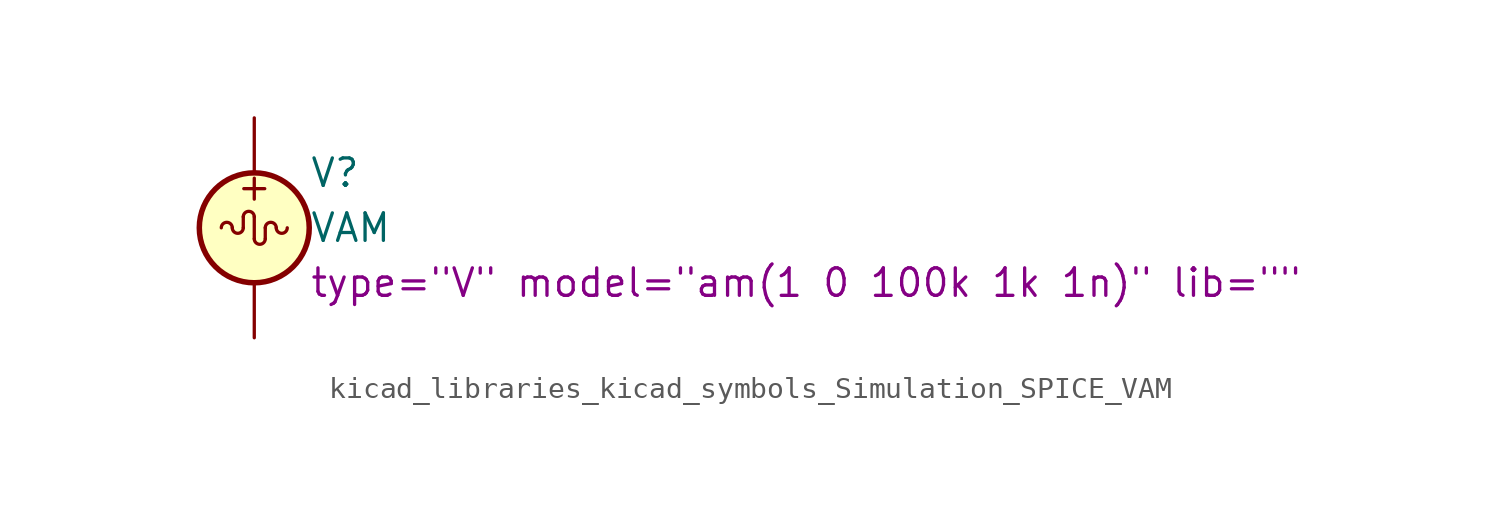
<source format=kicad_sym>
(kicad_symbol_lib
  (version 20220914)
  (generator kicad_symbol_editor)
  (symbol "kicad_libraries_kicad_symbols_Simulation_SPICE_VAM"
    (pin_numbers hide)
    (pin_names
      (offset 0.025))
    (property "Reference" "V"
      (at 2.54 2.54 0)
      (effects (font (size 1.27 1.27)) (justify left)))
    (property "Value" "VAM"
      (at 2.54 0 0)
      (effects (font (size 1.27 1.27)) (justify left)))
    (property "Sim.Params" "type=\"V\" model=\"am(1 0 100k 1k 1n)\" lib=\"\""
      (at 2.54 -2.54 0)
      (effects (font (size 1.27 1.27)) (justify left)))
    (symbol "kicad_libraries_kicad_symbols_Simulation_SPICE_VAM_0_0"
      (arc (start 0 0.508) (mid -0.254 0.7609) (end -0.508 0.508) (stroke (width 0) (type default)) (fill (type none)))
      (text "+" (at 0 1.905 0) (effects (font (size 1.27 1.27)))))
    (symbol "kicad_libraries_kicad_symbols_Simulation_SPICE_VAM_0_1"
      (arc (start -1.016 0) (mid -1.27 0.2529) (end -1.524 0) (stroke (width 0) (type default)) (fill (type none)))
      (arc (start -1.016 0) (mid -0.762 -0.2529) (end -0.508 0) (stroke (width 0) (type default)) (fill (type none)))
      (arc (start 0 -0.508) (mid 0.254 -0.7609) (end 0.508 -0.508) (stroke (width 0) (type default)) (fill (type none)))
      (polyline (pts (xy -0.508 0.508) (xy -0.508 0)) (stroke (width 0) (type default)) (fill (type none)))
      (polyline (pts (xy 0 0.508) (xy 0 -0.508)) (stroke (width 0) (type default)) (fill (type none)))
      (polyline (pts (xy 0.508 -0.508) (xy 0.508 0)) (stroke (width 0) (type default)) (fill (type none)))
      (circle (center 0 0) (radius 2.54) (stroke (width 0.254) (type default)) (fill (type background)))
      (arc (start 1.016 0) (mid 0.762 0.2529) (end 0.508 0) (stroke (width 0) (type default)) (fill (type none)))
      (arc (start 1.016 0) (mid 1.27 -0.2529) (end 1.524 0) (stroke (width 0) (type default)) (fill (type none))))
    (symbol "kicad_libraries_kicad_symbols_Simulation_SPICE_VAM_1_1"
      (pin passive line (at 0 5.08 270) (length 2.54) (name "~" (effects (font (size 1.27 1.27)))) (number "1" (effects (font (size 1.27 1.27)))))
      (pin passive line (at 0 -5.08 90) (length 2.54) (name "~" (effects (font (size 1.27 1.27)))) (number "2" (effects (font (size 1.27 1.27))))))))
</source>
